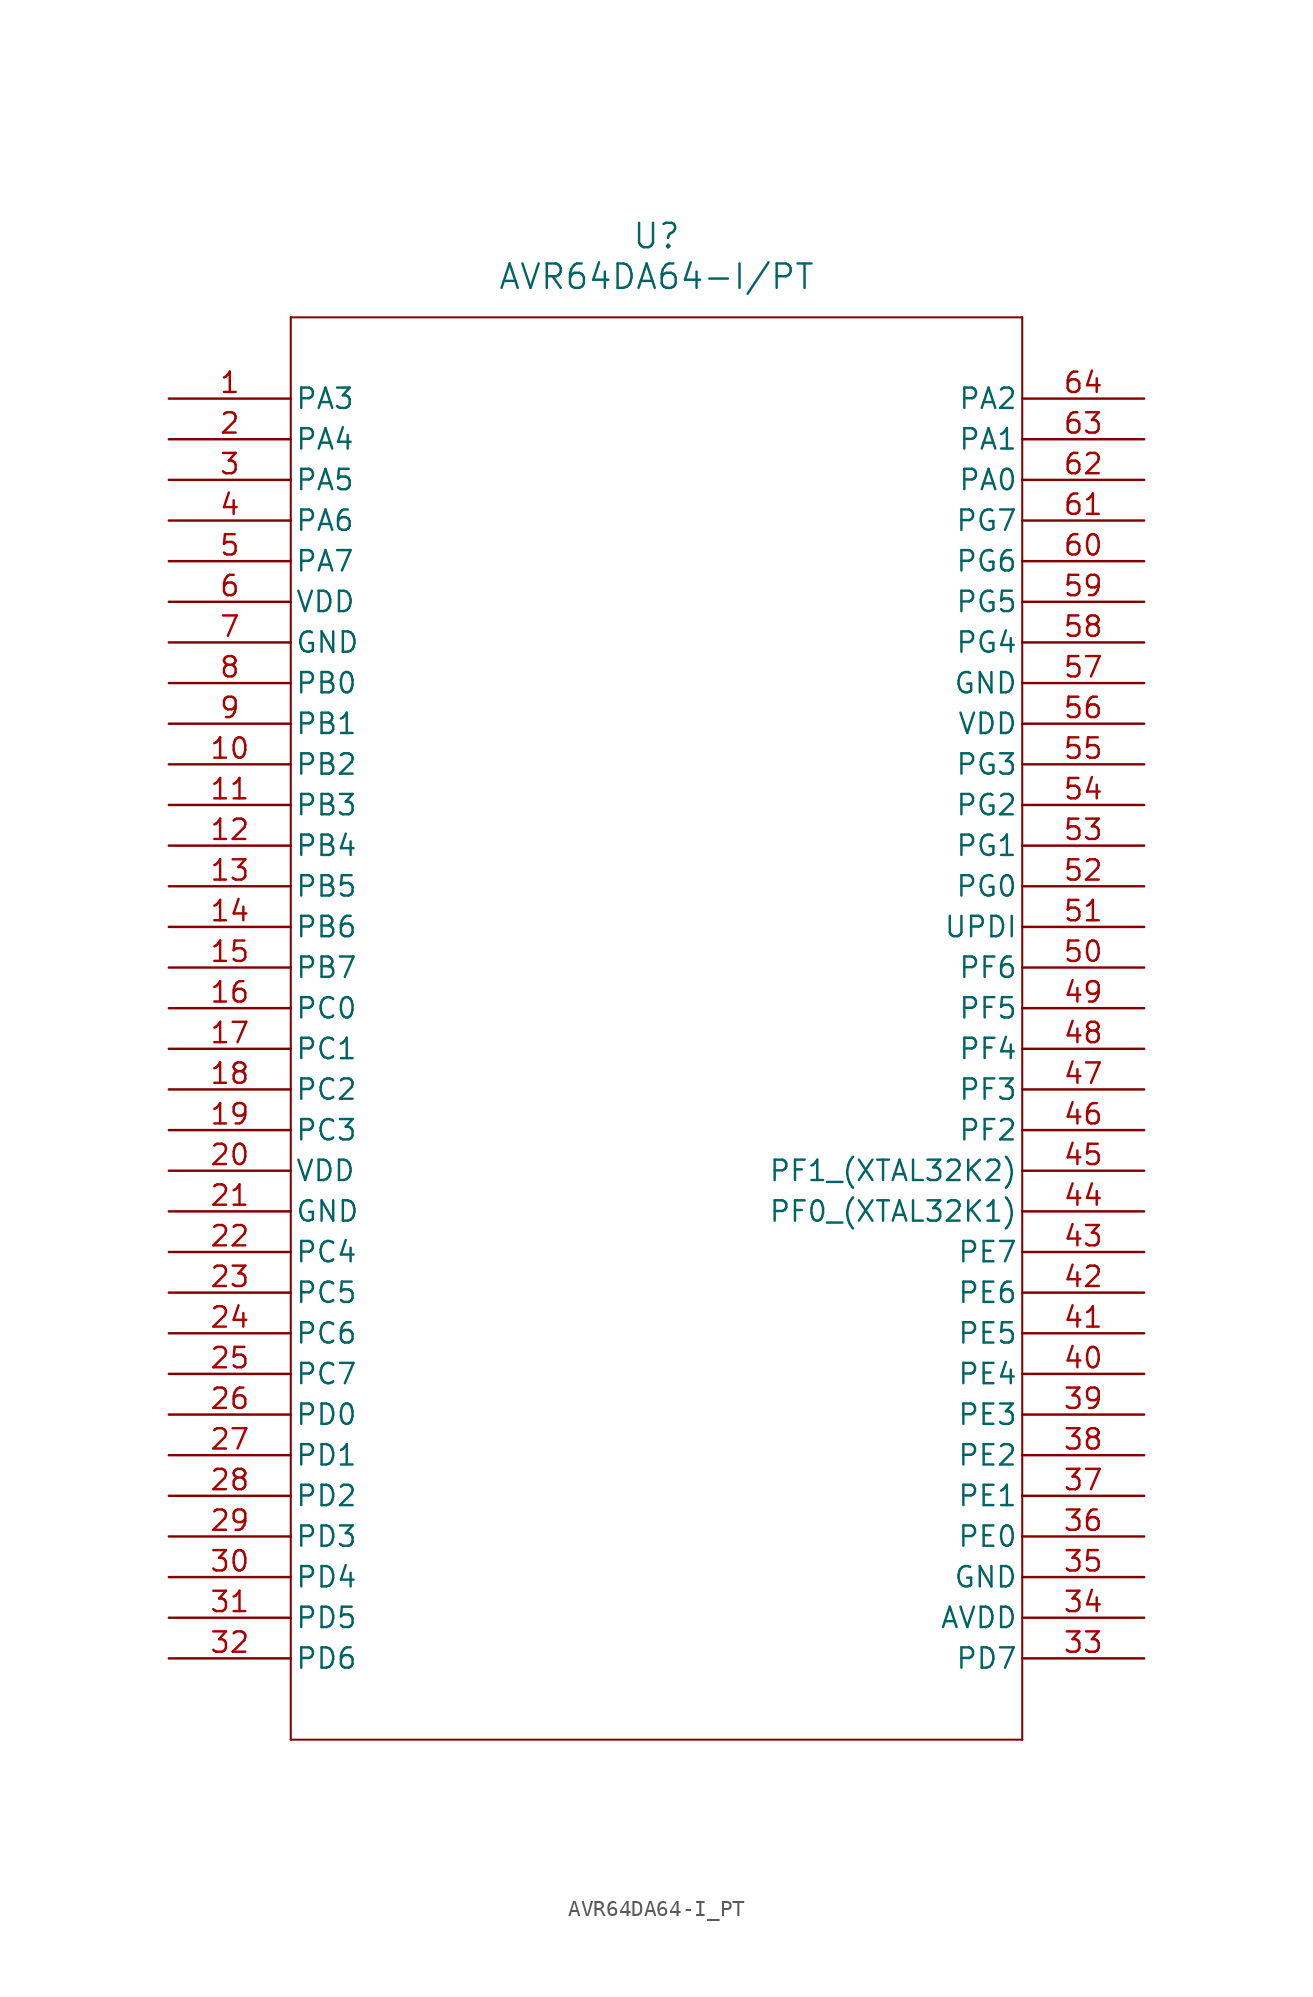
<source format=kicad_sym>
(kicad_symbol_lib
  (version 20211014)
  (generator kicad_symbol_editor)
  (symbol "AVR64DA64-I_PT"
    (pin_names
      (offset 0.254))
    (property "Reference" "U"
      (at 30.48 10.16 0)
      (effects (font (size 1.524 1.524))))
    (property "Value" "AVR64DA64-I/PT"
      (at 30.48 7.62 0)
      (effects (font (size 1.524 1.524))))
    (symbol "AVR64DA64-I_PT_0_1"
      (polyline (pts (xy 7.62 5.08) (xy 7.62 -83.82)) (stroke (width 0.127) (type default) (color 0 0 0 0)) (fill (type none)))
      (polyline (pts (xy 7.62 -83.82) (xy 53.34 -83.82)) (stroke (width 0.127) (type default) (color 0 0 0 0)) (fill (type none)))
      (polyline (pts (xy 53.34 -83.82) (xy 53.34 5.08)) (stroke (width 0.127) (type default) (color 0 0 0 0)) (fill (type none)))
      (polyline (pts (xy 53.34 5.08) (xy 7.62 5.08)) (stroke (width 0.127) (type default) (color 0 0 0 0)) (fill (type none)))
      (pin bidirectional line (at 0 0 0) (length 7.62) (name "PA3" (effects (font (size 1.27 1.27)))) (number "1" (effects (font (size 1.27 1.27)))))
      (pin bidirectional line (at 0 -2.54 0) (length 7.62) (name "PA4" (effects (font (size 1.27 1.27)))) (number "2" (effects (font (size 1.27 1.27)))))
      (pin bidirectional line (at 0 -5.08 0) (length 7.62) (name "PA5" (effects (font (size 1.27 1.27)))) (number "3" (effects (font (size 1.27 1.27)))))
      (pin bidirectional line (at 0 -7.62 0) (length 7.62) (name "PA6" (effects (font (size 1.27 1.27)))) (number "4" (effects (font (size 1.27 1.27)))))
      (pin bidirectional line (at 0 -10.16 0) (length 7.62) (name "PA7" (effects (font (size 1.27 1.27)))) (number "5" (effects (font (size 1.27 1.27)))))
      (pin power_in line (at 0 -12.7 0) (length 7.62) (name "VDD" (effects (font (size 1.27 1.27)))) (number "6" (effects (font (size 1.27 1.27)))))
      (pin power_out line (at 0 -15.24 0) (length 7.62) (name "GND" (effects (font (size 1.27 1.27)))) (number "7" (effects (font (size 1.27 1.27)))))
      (pin bidirectional line (at 0 -17.78 0) (length 7.62) (name "PB0" (effects (font (size 1.27 1.27)))) (number "8" (effects (font (size 1.27 1.27)))))
      (pin bidirectional line (at 0 -20.32 0) (length 7.62) (name "PB1" (effects (font (size 1.27 1.27)))) (number "9" (effects (font (size 1.27 1.27)))))
      (pin bidirectional line (at 0 -22.86 0) (length 7.62) (name "PB2" (effects (font (size 1.27 1.27)))) (number "10" (effects (font (size 1.27 1.27)))))
      (pin bidirectional line (at 0 -25.4 0) (length 7.62) (name "PB3" (effects (font (size 1.27 1.27)))) (number "11" (effects (font (size 1.27 1.27)))))
      (pin bidirectional line (at 0 -27.94 0) (length 7.62) (name "PB4" (effects (font (size 1.27 1.27)))) (number "12" (effects (font (size 1.27 1.27)))))
      (pin bidirectional line (at 0 -30.48 0) (length 7.62) (name "PB5" (effects (font (size 1.27 1.27)))) (number "13" (effects (font (size 1.27 1.27)))))
      (pin bidirectional line (at 0 -33.02 0) (length 7.62) (name "PB6" (effects (font (size 1.27 1.27)))) (number "14" (effects (font (size 1.27 1.27)))))
      (pin bidirectional line (at 0 -35.56 0) (length 7.62) (name "PB7" (effects (font (size 1.27 1.27)))) (number "15" (effects (font (size 1.27 1.27)))))
      (pin bidirectional line (at 0 -38.1 0) (length 7.62) (name "PC0" (effects (font (size 1.27 1.27)))) (number "16" (effects (font (size 1.27 1.27)))))
      (pin bidirectional line (at 0 -40.64 0) (length 7.62) (name "PC1" (effects (font (size 1.27 1.27)))) (number "17" (effects (font (size 1.27 1.27)))))
      (pin bidirectional line (at 0 -43.18 0) (length 7.62) (name "PC2" (effects (font (size 1.27 1.27)))) (number "18" (effects (font (size 1.27 1.27)))))
      (pin bidirectional line (at 0 -45.72 0) (length 7.62) (name "PC3" (effects (font (size 1.27 1.27)))) (number "19" (effects (font (size 1.27 1.27)))))
      (pin power_in line (at 0 -48.26 0) (length 7.62) (name "VDD" (effects (font (size 1.27 1.27)))) (number "20" (effects (font (size 1.27 1.27)))))
      (pin power_out line (at 0 -50.8 0) (length 7.62) (name "GND" (effects (font (size 1.27 1.27)))) (number "21" (effects (font (size 1.27 1.27)))))
      (pin bidirectional line (at 0 -53.34 0) (length 7.62) (name "PC4" (effects (font (size 1.27 1.27)))) (number "22" (effects (font (size 1.27 1.27)))))
      (pin bidirectional line (at 0 -55.88 0) (length 7.62) (name "PC5" (effects (font (size 1.27 1.27)))) (number "23" (effects (font (size 1.27 1.27)))))
      (pin bidirectional line (at 0 -58.42 0) (length 7.62) (name "PC6" (effects (font (size 1.27 1.27)))) (number "24" (effects (font (size 1.27 1.27)))))
      (pin bidirectional line (at 0 -60.96 0) (length 7.62) (name "PC7" (effects (font (size 1.27 1.27)))) (number "25" (effects (font (size 1.27 1.27)))))
      (pin bidirectional line (at 0 -63.5 0) (length 7.62) (name "PD0" (effects (font (size 1.27 1.27)))) (number "26" (effects (font (size 1.27 1.27)))))
      (pin bidirectional line (at 0 -66.04 0) (length 7.62) (name "PD1" (effects (font (size 1.27 1.27)))) (number "27" (effects (font (size 1.27 1.27)))))
      (pin bidirectional line (at 0 -68.58 0) (length 7.62) (name "PD2" (effects (font (size 1.27 1.27)))) (number "28" (effects (font (size 1.27 1.27)))))
      (pin bidirectional line (at 0 -71.12 0) (length 7.62) (name "PD3" (effects (font (size 1.27 1.27)))) (number "29" (effects (font (size 1.27 1.27)))))
      (pin bidirectional line (at 0 -73.66 0) (length 7.62) (name "PD4" (effects (font (size 1.27 1.27)))) (number "30" (effects (font (size 1.27 1.27)))))
      (pin bidirectional line (at 0 -76.2 0) (length 7.62) (name "PD5" (effects (font (size 1.27 1.27)))) (number "31" (effects (font (size 1.27 1.27)))))
      (pin bidirectional line (at 0 -78.74 0) (length 7.62) (name "PD6" (effects (font (size 1.27 1.27)))) (number "32" (effects (font (size 1.27 1.27)))))
      (pin bidirectional line (at 60.96 -78.74 180) (length 7.62) (name "PD7" (effects (font (size 1.27 1.27)))) (number "33" (effects (font (size 1.27 1.27)))))
      (pin power_in line (at 60.96 -76.2 180) (length 7.62) (name "AVDD" (effects (font (size 1.27 1.27)))) (number "34" (effects (font (size 1.27 1.27)))))
      (pin power_out line (at 60.96 -73.66 180) (length 7.62) (name "GND" (effects (font (size 1.27 1.27)))) (number "35" (effects (font (size 1.27 1.27)))))
      (pin bidirectional line (at 60.96 -71.12 180) (length 7.62) (name "PE0" (effects (font (size 1.27 1.27)))) (number "36" (effects (font (size 1.27 1.27)))))
      (pin bidirectional line (at 60.96 -68.58 180) (length 7.62) (name "PE1" (effects (font (size 1.27 1.27)))) (number "37" (effects (font (size 1.27 1.27)))))
      (pin bidirectional line (at 60.96 -66.04 180) (length 7.62) (name "PE2" (effects (font (size 1.27 1.27)))) (number "38" (effects (font (size 1.27 1.27)))))
      (pin bidirectional line (at 60.96 -63.5 180) (length 7.62) (name "PE3" (effects (font (size 1.27 1.27)))) (number "39" (effects (font (size 1.27 1.27)))))
      (pin bidirectional line (at 60.96 -60.96 180) (length 7.62) (name "PE4" (effects (font (size 1.27 1.27)))) (number "40" (effects (font (size 1.27 1.27)))))
      (pin bidirectional line (at 60.96 -58.42 180) (length 7.62) (name "PE5" (effects (font (size 1.27 1.27)))) (number "41" (effects (font (size 1.27 1.27)))))
      (pin bidirectional line (at 60.96 -55.88 180) (length 7.62) (name "PE6" (effects (font (size 1.27 1.27)))) (number "42" (effects (font (size 1.27 1.27)))))
      (pin bidirectional line (at 60.96 -53.34 180) (length 7.62) (name "PE7" (effects (font (size 1.27 1.27)))) (number "43" (effects (font (size 1.27 1.27)))))
      (pin bidirectional line (at 60.96 -50.8 180) (length 7.62) (name "PF0 (XTAL32K1)" (effects (font (size 1.27 1.27)))) (number "44" (effects (font (size 1.27 1.27)))))
      (pin bidirectional line (at 60.96 -48.26 180) (length 7.62) (name "PF1 (XTAL32K2)" (effects (font (size 1.27 1.27)))) (number "45" (effects (font (size 1.27 1.27)))))
      (pin bidirectional line (at 60.96 -45.72 180) (length 7.62) (name "PF2" (effects (font (size 1.27 1.27)))) (number "46" (effects (font (size 1.27 1.27)))))
      (pin bidirectional line (at 60.96 -43.18 180) (length 7.62) (name "PF3" (effects (font (size 1.27 1.27)))) (number "47" (effects (font (size 1.27 1.27)))))
      (pin bidirectional line (at 60.96 -40.64 180) (length 7.62) (name "PF4" (effects (font (size 1.27 1.27)))) (number "48" (effects (font (size 1.27 1.27)))))
      (pin bidirectional line (at 60.96 -38.1 180) (length 7.62) (name "PF5" (effects (font (size 1.27 1.27)))) (number "49" (effects (font (size 1.27 1.27)))))
      (pin bidirectional line (at 60.96 -35.56 180) (length 7.62) (name "PF6" (effects (font (size 1.27 1.27)))) (number "50" (effects (font (size 1.27 1.27)))))
      (pin bidirectional line (at 60.96 -33.02 180) (length 7.62) (name "UPDI" (effects (font (size 1.27 1.27)))) (number "51" (effects (font (size 1.27 1.27)))))
      (pin bidirectional line (at 60.96 -30.48 180) (length 7.62) (name "PG0" (effects (font (size 1.27 1.27)))) (number "52" (effects (font (size 1.27 1.27)))))
      (pin bidirectional line (at 60.96 -27.94 180) (length 7.62) (name "PG1" (effects (font (size 1.27 1.27)))) (number "53" (effects (font (size 1.27 1.27)))))
      (pin bidirectional line (at 60.96 -25.4 180) (length 7.62) (name "PG2" (effects (font (size 1.27 1.27)))) (number "54" (effects (font (size 1.27 1.27)))))
      (pin bidirectional line (at 60.96 -22.86 180) (length 7.62) (name "PG3" (effects (font (size 1.27 1.27)))) (number "55" (effects (font (size 1.27 1.27)))))
      (pin power_in line (at 60.96 -20.32 180) (length 7.62) (name "VDD" (effects (font (size 1.27 1.27)))) (number "56" (effects (font (size 1.27 1.27)))))
      (pin power_out line (at 60.96 -17.78 180) (length 7.62) (name "GND" (effects (font (size 1.27 1.27)))) (number "57" (effects (font (size 1.27 1.27)))))
      (pin bidirectional line (at 60.96 -15.24 180) (length 7.62) (name "PG4" (effects (font (size 1.27 1.27)))) (number "58" (effects (font (size 1.27 1.27)))))
      (pin bidirectional line (at 60.96 -12.7 180) (length 7.62) (name "PG5" (effects (font (size 1.27 1.27)))) (number "59" (effects (font (size 1.27 1.27)))))
      (pin bidirectional line (at 60.96 -10.16 180) (length 7.62) (name "PG6" (effects (font (size 1.27 1.27)))) (number "60" (effects (font (size 1.27 1.27)))))
      (pin bidirectional line (at 60.96 -7.62 180) (length 7.62) (name "PG7" (effects (font (size 1.27 1.27)))) (number "61" (effects (font (size 1.27 1.27)))))
      (pin bidirectional line (at 60.96 -5.08 180) (length 7.62) (name "PA0" (effects (font (size 1.27 1.27)))) (number "62" (effects (font (size 1.27 1.27)))))
      (pin bidirectional line (at 60.96 -2.54 180) (length 7.62) (name "PA1" (effects (font (size 1.27 1.27)))) (number "63" (effects (font (size 1.27 1.27)))))
      (pin bidirectional line (at 60.96 0 180) (length 7.62) (name "PA2" (effects (font (size 1.27 1.27)))) (number "64" (effects (font (size 1.27 1.27))))))))
</source>
